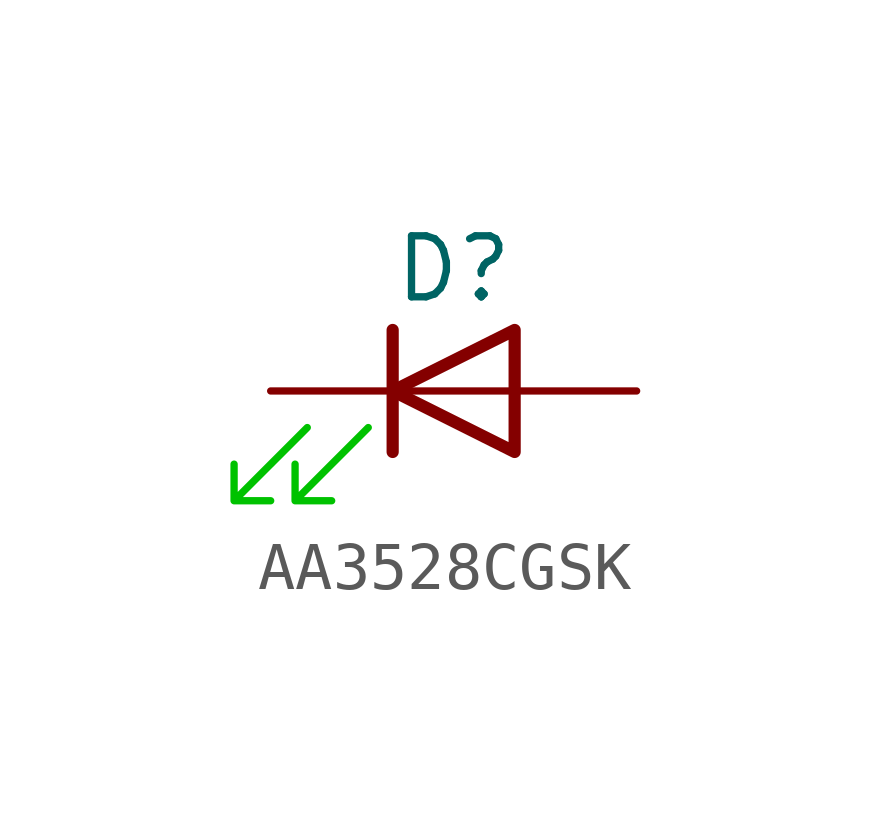
<source format=kicad_sym>
(kicad_symbol_lib
  (version 20220914)
  (generator kicad_symbol_editor)
  (symbol "AA3528CGSK"
    (pin_numbers hide)
    (pin_names
      (offset 1.016) hide)
    (property "Reference" "D"
      (at 0 2.54 0)
      (effects (font (size 1.27 1.27))))
    (symbol "AA3528CGSK_0_1"
      (polyline (pts (xy -1.27 -1.27) (xy -1.27 1.27)) (stroke (width 0.254) (type default)) (fill (type none)))
      (polyline (pts (xy -1.27 0) (xy 1.27 0)) (stroke (width 0) (type default)) (fill (type none)))
      (polyline (pts (xy 1.27 -1.27) (xy 1.27 1.27) (xy -1.27 0) (xy 1.27 -1.27)) (stroke (width 0.254) (type default)) (fill (type none))))
    (symbol "AA3528CGSK_1_1"
      (polyline (pts (xy -3.048 -0.762) (xy -4.572 -2.286) (xy -3.81 -2.286) (xy -4.572 -2.286) (xy -4.572 -1.524)) (stroke (width 0) (type default) (color 0 194 0 1)) (fill (type none)))
      (polyline (pts (xy -1.778 -0.762) (xy -3.302 -2.286) (xy -2.54 -2.286) (xy -3.302 -2.286) (xy -3.302 -1.524)) (stroke (width 0) (type default) (color 0 194 0 1)) (fill (type none)))
      (pin passive line (at -3.81 0 0) (length 2.54) (name "K" (effects (font (size 1.27 1.27)))) (number "1" (effects (font (size 1.27 1.27)))))
      (pin passive line (at 3.81 0 180) (length 2.54) (name "A" (effects (font (size 1.27 1.27)))) (number "2" (effects (font (size 1.27 1.27))))))))
</source>
